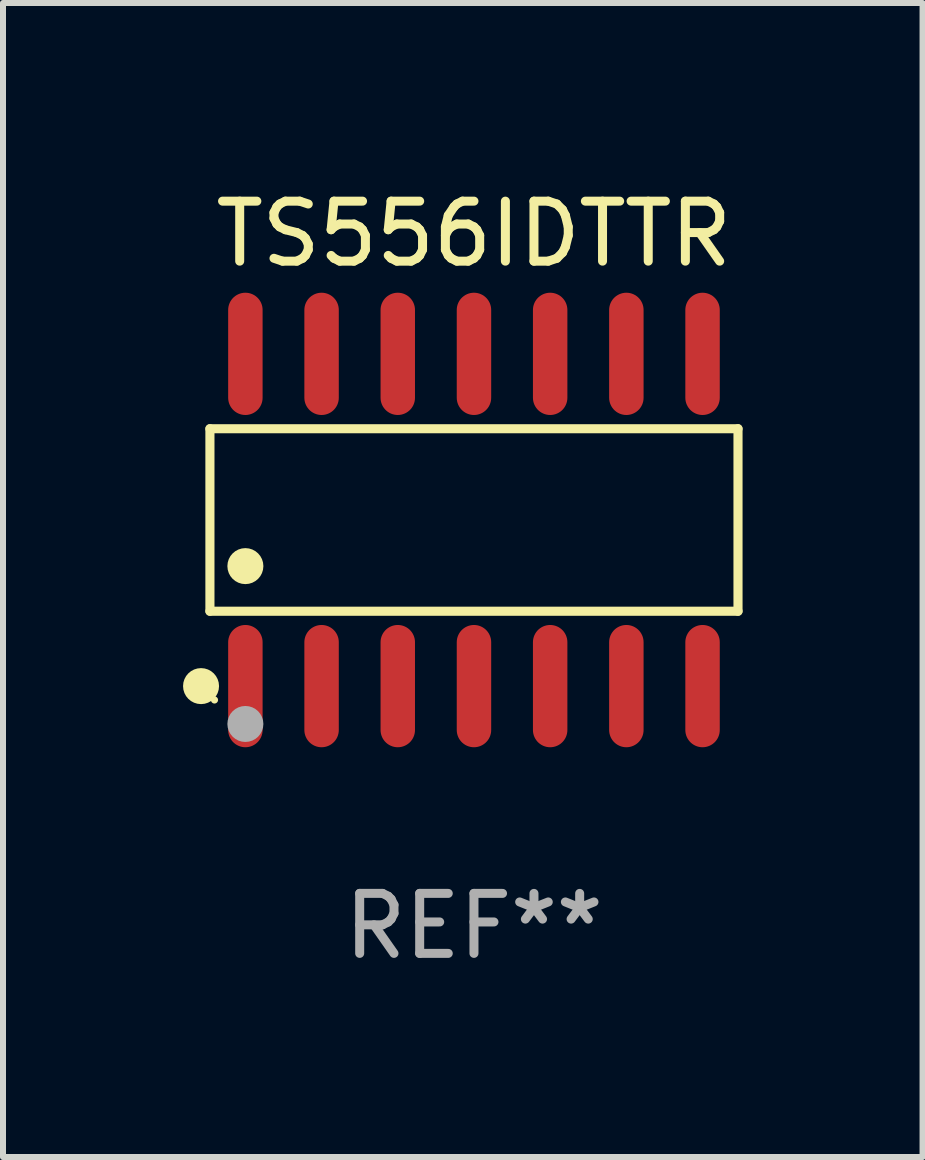
<source format=kicad_pcb>
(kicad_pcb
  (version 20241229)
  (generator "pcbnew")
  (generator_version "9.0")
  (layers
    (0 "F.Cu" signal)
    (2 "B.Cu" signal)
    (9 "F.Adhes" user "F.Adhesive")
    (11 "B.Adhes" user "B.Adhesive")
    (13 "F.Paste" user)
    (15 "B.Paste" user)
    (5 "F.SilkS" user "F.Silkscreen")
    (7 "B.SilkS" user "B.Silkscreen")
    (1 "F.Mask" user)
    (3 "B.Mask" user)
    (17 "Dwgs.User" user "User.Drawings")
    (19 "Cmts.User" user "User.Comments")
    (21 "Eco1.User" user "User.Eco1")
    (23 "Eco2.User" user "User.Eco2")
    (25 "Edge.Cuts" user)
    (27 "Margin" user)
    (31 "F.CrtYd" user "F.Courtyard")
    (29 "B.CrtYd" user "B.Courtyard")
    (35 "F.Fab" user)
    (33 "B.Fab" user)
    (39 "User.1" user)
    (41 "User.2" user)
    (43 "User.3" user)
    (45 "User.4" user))
  (footprint "TS556IDTTR"
    (layer "F.Cu")
    (at 4.85 5.617)
    (property "Reference" "TS556IDTTR" (at 0 -4.769 0) (layer "F.SilkS") (effects (font (size 1 1) (thickness 0.15))))
    (attr through_hole)
    (fp_line (start -4.401 -1.521) (end 4.401 -1.521) (stroke (width 0.152) (type solid)) (layer "F.SilkS"))
    (fp_line (start -4.401 1.521) (end -4.401 -1.521) (stroke (width 0.152) (type solid)) (layer "F.SilkS"))
    (fp_line (start 4.401 -1.521) (end 4.401 1.521) (stroke (width 0.152) (type solid)) (layer "F.SilkS"))
    (fp_line (start 4.401 1.521) (end -4.401 1.521) (stroke (width 0.152) (type solid)) (layer "F.SilkS"))
    (fp_circle (center -4.549 2.769) (end -4.399 2.769) (stroke (width 0.3) (type solid)) (fill no) (layer "F.SilkS"))
    (fp_circle (center -4.325 3) (end -4.295 3) (stroke (width 0.06) (type solid)) (fill no) (layer "F.SilkS"))
    (fp_circle (center -3.81 0.769) (end -3.66 0.769) (stroke (width 0.3) (type solid)) (fill no) (layer "F.SilkS"))
    (fp_circle (center -3.81 3.4) (end -3.66 3.4) (stroke (width 0.3) (type solid)) (fill no) (layer "F.Fab"))
    (fp_text user "REF**" (at 0 6.769 0) (layer "F.Fab") (effects (font (size 1 1) (thickness 0.15))))
    (pad "1" smd oval (at -3.81 2.769) (size 0.574 2.038) (layers "F.Cu" "F.Mask" "F.Paste"))
    (pad "2" smd oval (at -2.54 2.769) (size 0.574 2.038) (layers "F.Cu" "F.Mask" "F.Paste"))
    (pad "3" smd oval (at -1.27 2.769) (size 0.574 2.038) (layers "F.Cu" "F.Mask" "F.Paste"))
    (pad "4" smd oval (at 0 2.769) (size 0.574 2.038) (layers "F.Cu" "F.Mask" "F.Paste"))
    (pad "5" smd oval (at 1.27 2.769) (size 0.574 2.038) (layers "F.Cu" "F.Mask" "F.Paste"))
    (pad "6" smd oval (at 2.54 2.769) (size 0.574 2.038) (layers "F.Cu" "F.Mask" "F.Paste"))
    (pad "7" smd oval (at 3.81 2.769) (size 0.574 2.038) (layers "F.Cu" "F.Mask" "F.Paste"))
    (pad "8" smd oval (at 3.81 -2.769) (size 0.574 2.038) (layers "F.Cu" "F.Mask" "F.Paste"))
    (pad "9" smd oval (at 2.54 -2.769) (size 0.574 2.038) (layers "F.Cu" "F.Mask" "F.Paste"))
    (pad "10" smd oval (at 1.27 -2.769) (size 0.574 2.038) (layers "F.Cu" "F.Mask" "F.Paste"))
    (pad "11" smd oval (at 0 -2.769) (size 0.574 2.038) (layers "F.Cu" "F.Mask" "F.Paste"))
    (pad "12" smd oval (at -1.27 -2.769) (size 0.574 2.038) (layers "F.Cu" "F.Mask" "F.Paste"))
    (pad "13" smd oval (at -2.54 -2.769) (size 0.574 2.038) (layers "F.Cu" "F.Mask" "F.Paste"))
    (pad "14" smd oval (at -3.81 -2.769) (size 0.574 2.038) (layers "F.Cu" "F.Mask" "F.Paste")))
  (gr_rect
    (start -3 -3)
    (end 12.327 16.235)
    (stroke (width 0.1) (type default))
    (fill no)
    (layer "Edge.Cuts")))
</source>
